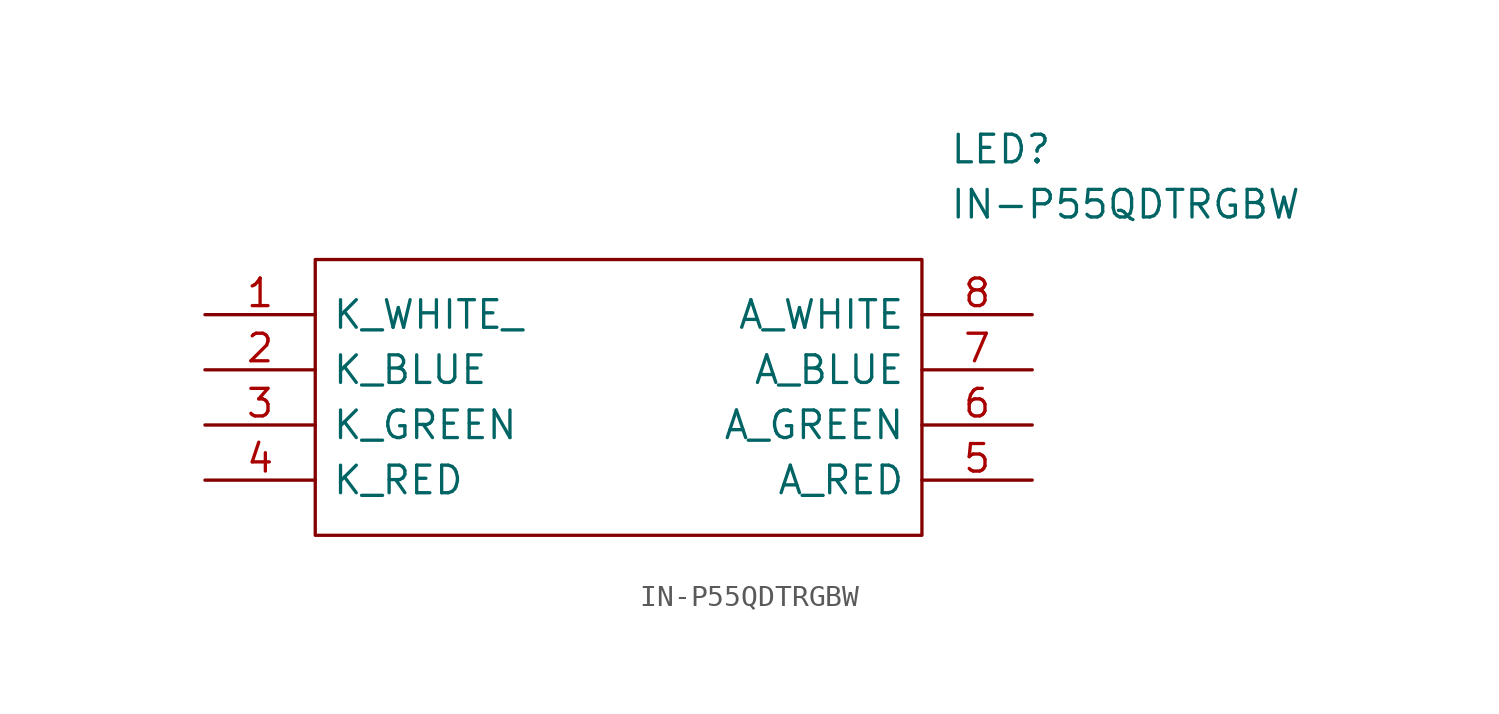
<source format=kicad_sym>
(kicad_symbol_lib
  (version 20211014)
  (generator kicad_symbol_editor)
  (symbol "IN-P55QDTRGBW"
    (pin_names
      (offset 0.762))
    (property "Reference" "LED"
      (at 34.29 7.62 0)
      (effects (font (size 1.27 1.27)) (justify left)))
    (property "Value" "IN-P55QDTRGBW"
      (at 34.29 5.08 0)
      (effects (font (size 1.27 1.27)) (justify left)))
    (symbol "IN-P55QDTRGBW_0_0"
      (pin passive line (at 0 0 0) (length 5.08) (name "K_WHITE_" (effects (font (size 1.27 1.27)))) (number "1" (effects (font (size 1.27 1.27)))))
      (pin passive line (at 0 -2.54 0) (length 5.08) (name "K_BLUE" (effects (font (size 1.27 1.27)))) (number "2" (effects (font (size 1.27 1.27)))))
      (pin passive line (at 0 -5.08 0) (length 5.08) (name "K_GREEN" (effects (font (size 1.27 1.27)))) (number "3" (effects (font (size 1.27 1.27)))))
      (pin passive line (at 0 -7.62 0) (length 5.08) (name "K_RED" (effects (font (size 1.27 1.27)))) (number "4" (effects (font (size 1.27 1.27)))))
      (pin passive line (at 38.1 -7.62 180) (length 5.08) (name "A_RED" (effects (font (size 1.27 1.27)))) (number "5" (effects (font (size 1.27 1.27)))))
      (pin passive line (at 38.1 -5.08 180) (length 5.08) (name "A_GREEN" (effects (font (size 1.27 1.27)))) (number "6" (effects (font (size 1.27 1.27)))))
      (pin passive line (at 38.1 -2.54 180) (length 5.08) (name "A_BLUE" (effects (font (size 1.27 1.27)))) (number "7" (effects (font (size 1.27 1.27)))))
      (pin passive line (at 38.1 0 180) (length 5.08) (name "A_WHITE" (effects (font (size 1.27 1.27)))) (number "8" (effects (font (size 1.27 1.27))))))
    (symbol "IN-P55QDTRGBW_0_1"
      (polyline (pts (xy 5.08 2.54) (xy 33.02 2.54) (xy 33.02 -10.16) (xy 5.08 -10.16) (xy 5.08 2.54)) (stroke (width 0.152) (type default) (color 0 0 0 0)) (fill (type none))))))
</source>
